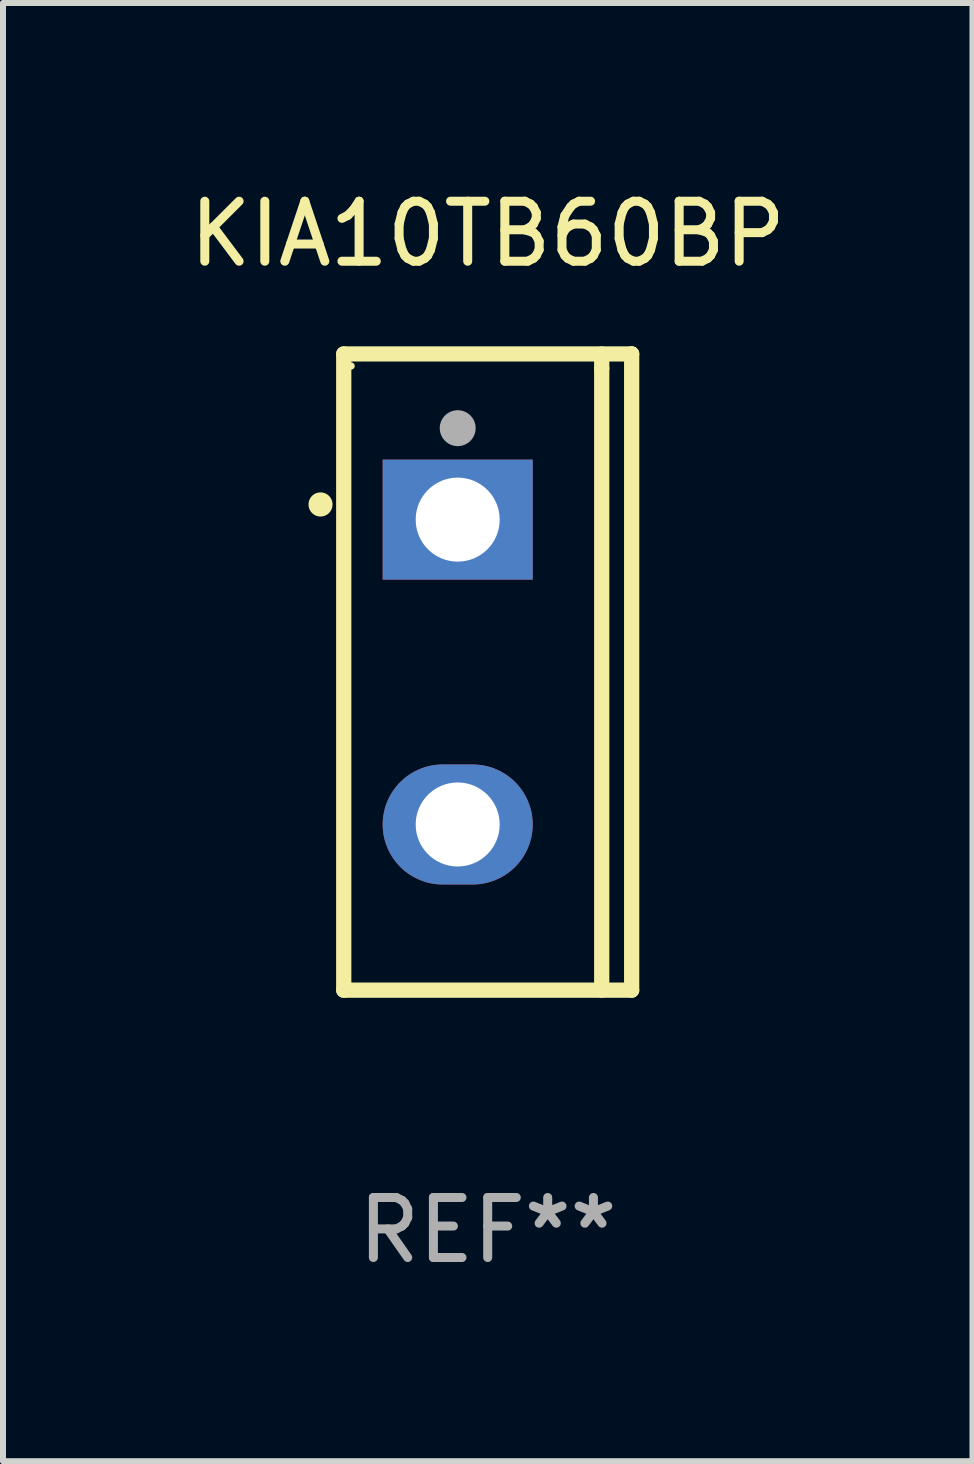
<source format=kicad_pcb>
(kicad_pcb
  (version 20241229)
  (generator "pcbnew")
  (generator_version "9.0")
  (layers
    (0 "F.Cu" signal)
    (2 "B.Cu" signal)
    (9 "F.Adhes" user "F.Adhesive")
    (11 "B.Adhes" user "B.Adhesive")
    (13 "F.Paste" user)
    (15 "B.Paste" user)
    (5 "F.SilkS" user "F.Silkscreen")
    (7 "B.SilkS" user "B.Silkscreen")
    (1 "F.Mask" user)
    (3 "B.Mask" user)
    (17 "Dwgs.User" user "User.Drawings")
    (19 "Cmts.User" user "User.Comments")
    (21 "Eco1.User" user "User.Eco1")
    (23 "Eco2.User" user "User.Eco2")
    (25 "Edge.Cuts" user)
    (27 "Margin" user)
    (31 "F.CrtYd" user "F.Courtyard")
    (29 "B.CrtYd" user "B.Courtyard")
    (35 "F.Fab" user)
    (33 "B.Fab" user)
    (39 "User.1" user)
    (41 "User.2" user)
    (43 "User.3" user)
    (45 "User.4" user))
  (footprint "KIA10TB60BP"
    (layer "F.Cu")
    (at 5.077 8.149)
    (property "Reference" "KIA10TB60BP" (at 0 -7.301 0) (layer "F.SilkS") (effects (font (size 1 1) (thickness 0.15))))
    (attr through_hole)
    (fp_line (start -2.399 -5.301) (end 2.394 -5.301) (stroke (width 0.254) (type solid)) (layer "F.SilkS"))
    (fp_line (start -2.399 5.301) (end -2.399 -5.301) (stroke (width 0.254) (type solid)) (layer "F.SilkS"))
    (fp_line (start 1.9 -5.061) (end 1.9 -5.3) (stroke (width 0.254) (type solid)) (layer "F.SilkS"))
    (fp_line (start 1.9 5.3) (end 1.9 -5.061) (stroke (width 0.254) (type solid)) (layer "F.SilkS"))
    (fp_line (start 2.394 -5.301) (end 2.399 -5.301) (stroke (width 0.254) (type solid)) (layer "F.SilkS"))
    (fp_line (start 2.399 -5.301) (end 2.399 5.301) (stroke (width 0.254) (type solid)) (layer "F.SilkS"))
    (fp_line (start 2.399 5.301) (end -2.399 5.301) (stroke (width 0.254) (type solid)) (layer "F.SilkS"))
    (fp_arc (start -2.786043 -2.791466) (mid -2.786047 -2.792736) (end -2.786043 -2.794006) (stroke (width 0.4) (type solid)) (layer "F.SilkS"))
    (fp_circle (center -2.275 -5.1) (end -2.245 -5.1) (stroke (width 0.06) (type solid)) (fill no) (layer "F.SilkS"))
    (fp_circle (center -0.5 -4.064) (end -0.35 -4.064) (stroke (width 0.3) (type solid)) (fill no) (layer "F.Fab"))
    (fp_text user "REF**" (at 0 9.301 0) (layer "F.Fab") (effects (font (size 1 1) (thickness 0.15))))
    (pad "1" thru_hole rect (at -0.5 -2.54 270) (size 2 2.5) (drill 1.4) (layers "*.Cu" "*.Mask"))
    (pad "3" thru_hole oval (at -0.5 2.54 270) (size 2 2.5) (drill 1.4) (layers "*.Cu" "*.Mask")))
  (gr_rect
    (start -3 -3)
    (end 13.155 21.299)
    (stroke (width 0.1) (type default))
    (fill no)
    (layer "Edge.Cuts")))
</source>
